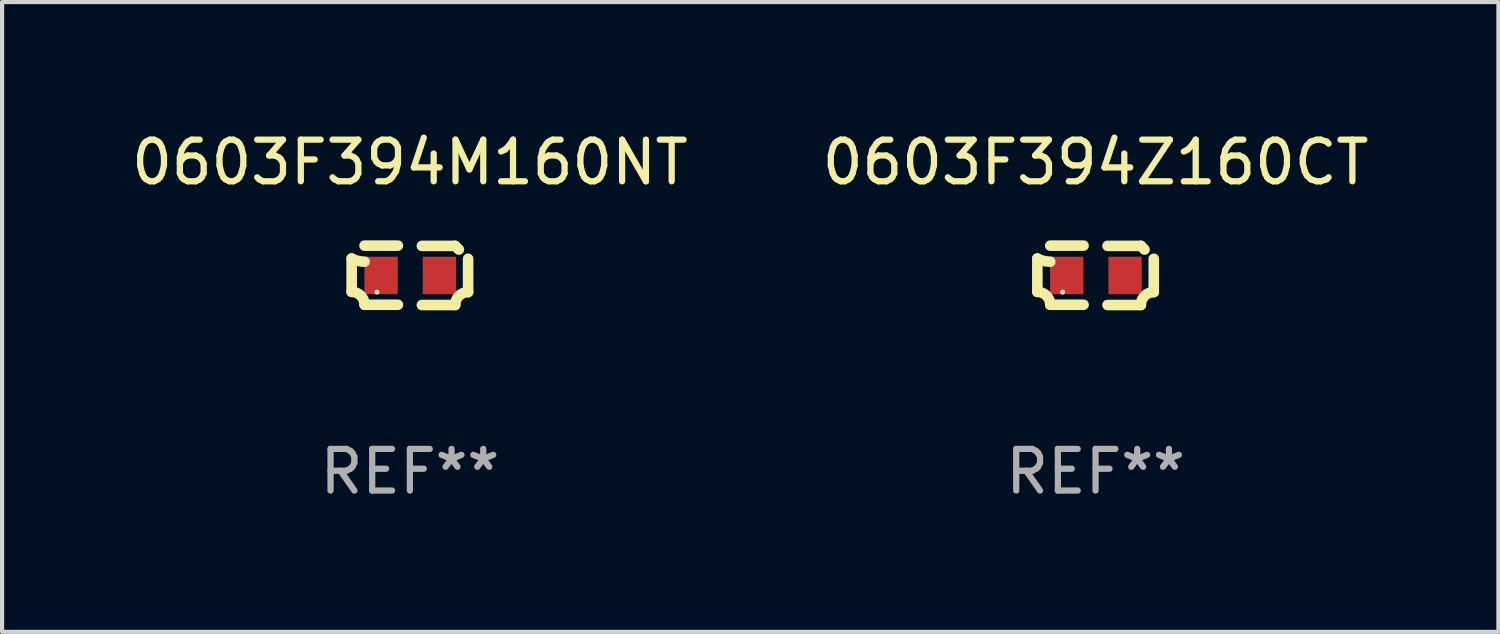
<source format=kicad_pcb>
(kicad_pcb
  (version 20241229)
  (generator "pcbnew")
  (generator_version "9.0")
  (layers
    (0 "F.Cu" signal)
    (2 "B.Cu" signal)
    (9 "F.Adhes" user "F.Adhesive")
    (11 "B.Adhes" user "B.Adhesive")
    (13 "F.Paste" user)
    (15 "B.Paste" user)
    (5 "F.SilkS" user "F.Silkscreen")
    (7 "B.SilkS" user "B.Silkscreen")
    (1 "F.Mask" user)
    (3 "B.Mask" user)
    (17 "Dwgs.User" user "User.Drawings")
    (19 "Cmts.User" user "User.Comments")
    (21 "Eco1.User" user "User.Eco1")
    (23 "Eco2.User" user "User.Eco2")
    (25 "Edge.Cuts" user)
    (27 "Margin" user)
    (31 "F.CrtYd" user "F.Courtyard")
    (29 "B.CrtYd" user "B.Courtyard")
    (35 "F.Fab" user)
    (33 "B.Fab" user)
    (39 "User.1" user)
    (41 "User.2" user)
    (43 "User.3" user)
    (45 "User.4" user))
  (footprint "0603F394M160NT"
    (layer "F.Cu")
    (at 6.792 3.561)
    (property "Reference" "0603F394M160NT" (at 0 -2.713 0) (layer "F.SilkS") (effects (font (size 1 1) (thickness 0.15))))
    (attr through_hole)
    (fp_line (start -1.398 -0.403) (end -1.398 0.397) (stroke (width 0.254) (type solid)) (layer "F.SilkS"))
    (fp_line (start -0.288 -0.713) (end -1.088 -0.713) (stroke (width 0.254) (type solid)) (layer "F.SilkS"))
    (fp_line (start -0.288 0.707) (end -1.088 0.707) (stroke (width 0.254) (type solid)) (layer "F.SilkS"))
    (fp_line (start 0.288 -0.707) (end 1.088 -0.707) (stroke (width 0.254) (type solid)) (layer "F.SilkS"))
    (fp_line (start 0.288 0.713) (end 1.088 0.713) (stroke (width 0.254) (type solid)) (layer "F.SilkS"))
    (fp_line (start 1.398 -0.397) (end 1.398 0.403) (stroke (width 0.254) (type solid)) (layer "F.SilkS"))
    (fp_arc (start -1.397789 0.397066) (mid -1.178701 0.487826) (end -1.08796 0.706922) (stroke (width 0.254001) (type solid)) (layer "F.SilkS"))
    (fp_arc (start -1.08796 -0.327176) (mid -1.247436 -0.346384) (end -1.39779 -0.402908) (stroke (width 0.254001) (type solid)) (layer "F.SilkS"))
    (fp_arc (start 1.087909 0.712738) (mid 1.178656 0.493655) (end 1.397739 0.402908) (stroke (width 0.254001) (type solid)) (layer "F.SilkS"))
    (fp_arc (start 1.175925 -0.618926) (mid 1.131917 -0.662923) (end 1.08791 -0.706922) (stroke (width 0.254001) (type solid)) (layer "F.SilkS"))
    (fp_circle (center -0.792 0.403) (end -0.762 0.403) (stroke (width 0.06) (type solid)) (fill no) (layer "F.SilkS"))
    (fp_text user "REF**" (at 0 4.713 0) (layer "F.Fab") (effects (font (size 1 1) (thickness 0.15))))
    (pad "1" smd rect (at -0.692 0.003) (size 0.8 0.9) (layers "F.Cu" "F.Mask" "F.Paste"))
    (pad "2" smd rect (at 0.708 0.003) (size 0.8 0.9) (layers "F.Cu" "F.Mask" "F.Paste")))
  (footprint "0603F394Z160CT"
    (layer "F.Cu")
    (at 23.256 3.561)
    (property "Reference" "0603F394Z160CT" (at 0 -2.713 0) (layer "F.SilkS") (effects (font (size 1 1) (thickness 0.15))))
    (attr through_hole)
    (fp_line (start -1.398 -0.403) (end -1.398 0.397) (stroke (width 0.254) (type solid)) (layer "F.SilkS"))
    (fp_line (start -0.288 -0.713) (end -1.088 -0.713) (stroke (width 0.254) (type solid)) (layer "F.SilkS"))
    (fp_line (start -0.288 0.707) (end -1.088 0.707) (stroke (width 0.254) (type solid)) (layer "F.SilkS"))
    (fp_line (start 0.288 -0.707) (end 1.088 -0.707) (stroke (width 0.254) (type solid)) (layer "F.SilkS"))
    (fp_line (start 0.288 0.713) (end 1.088 0.713) (stroke (width 0.254) (type solid)) (layer "F.SilkS"))
    (fp_line (start 1.398 -0.397) (end 1.398 0.403) (stroke (width 0.254) (type solid)) (layer "F.SilkS"))
    (fp_arc (start -1.397789 0.397066) (mid -1.178701 0.487826) (end -1.08796 0.706922) (stroke (width 0.254001) (type solid)) (layer "F.SilkS"))
    (fp_arc (start -1.08796 -0.327176) (mid -1.247436 -0.346384) (end -1.39779 -0.402908) (stroke (width 0.254001) (type solid)) (layer "F.SilkS"))
    (fp_arc (start 1.087909 0.712738) (mid 1.178656 0.493655) (end 1.397739 0.402908) (stroke (width 0.254001) (type solid)) (layer "F.SilkS"))
    (fp_arc (start 1.175925 -0.618926) (mid 1.131917 -0.662923) (end 1.08791 -0.706922) (stroke (width 0.254001) (type solid)) (layer "F.SilkS"))
    (fp_circle (center -0.792 0.403) (end -0.762 0.403) (stroke (width 0.06) (type solid)) (fill no) (layer "F.SilkS"))
    (fp_text user "REF**" (at 0 4.713 0) (layer "F.Fab") (effects (font (size 1 1) (thickness 0.15))))
    (pad "1" smd rect (at -0.692 0.003) (size 0.8 0.9) (layers "F.Cu" "F.Mask" "F.Paste"))
    (pad "2" smd rect (at 0.708 0.003) (size 0.8 0.9) (layers "F.Cu" "F.Mask" "F.Paste")))
  (gr_rect
    (start -3 -3)
    (end 32.929 12.122)
    (stroke (width 0.1) (type default))
    (fill no)
    (layer "Edge.Cuts")))
</source>
